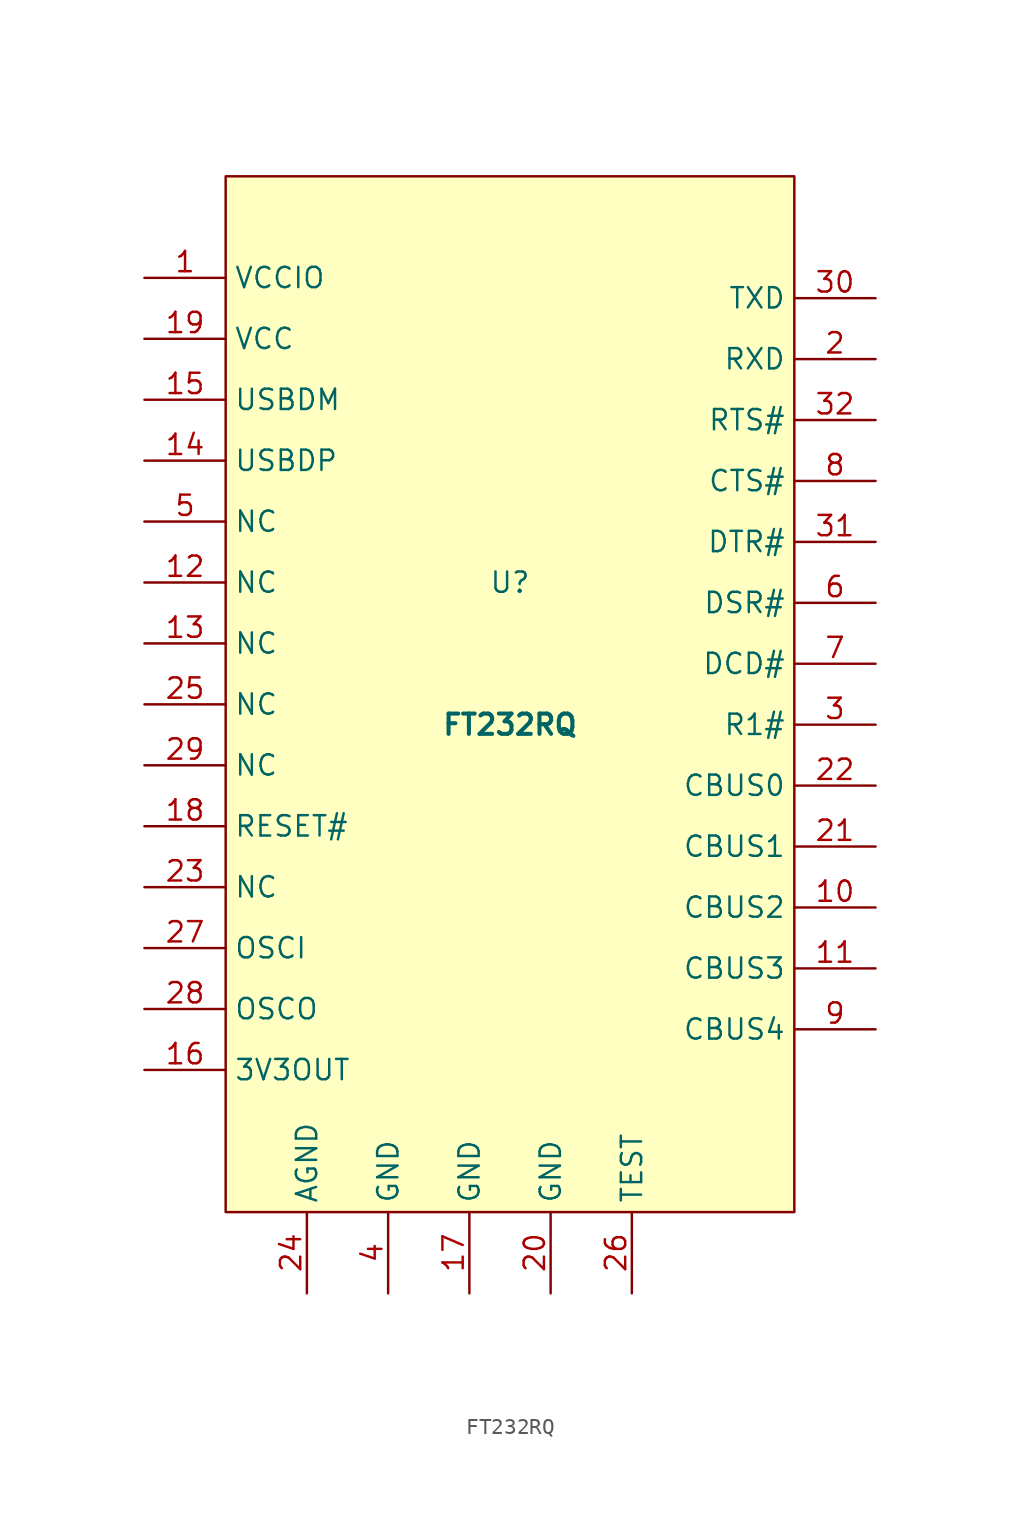
<source format=kicad_sym>
(kicad_symbol_lib
  (version 20211014)
  (generator kicad_symbol_editor)
  (symbol "FT232RQ"
    (property "Reference" "U"
      (at 3.81 2.54 0)
      (effects (font (size 1.27 1.27))))
    (property "Value" "FT232RQ"
      (at 3.81 -6.35 0)
      (effects (font (size 1.27 1.27) bold)))
    (symbol "FT232RQ_0_1"
      (rectangle (start -13.97 27.94) (end 21.59 -36.83) (stroke (width 0) (type default) (color 0 0 0 0)) (fill (type background))))
    (symbol "FT232RQ_1_1"
      (pin bidirectional line (at -19.05 21.59 0) (length 5.08) (name "VCCIO" (effects (font (size 1.27 1.27)))) (number "1" (effects (font (size 1.27 1.27)))))
      (pin bidirectional line (at 26.67 -17.78 180) (length 5.08) (name "CBUS2" (effects (font (size 1.27 1.27)))) (number "10" (effects (font (size 1.27 1.27)))))
      (pin bidirectional line (at 26.67 -21.59 180) (length 5.08) (name "CBUS3" (effects (font (size 1.27 1.27)))) (number "11" (effects (font (size 1.27 1.27)))))
      (pin bidirectional line (at -19.05 2.54 0) (length 5.08) (name "NC" (effects (font (size 1.27 1.27)))) (number "12" (effects (font (size 1.27 1.27)))))
      (pin bidirectional line (at -19.05 -1.27 0) (length 5.08) (name "NC" (effects (font (size 1.27 1.27)))) (number "13" (effects (font (size 1.27 1.27)))))
      (pin bidirectional line (at -19.05 10.16 0) (length 5.08) (name "USBDP" (effects (font (size 1.27 1.27)))) (number "14" (effects (font (size 1.27 1.27)))))
      (pin bidirectional line (at -19.05 13.97 0) (length 5.08) (name "USBDM" (effects (font (size 1.27 1.27)))) (number "15" (effects (font (size 1.27 1.27)))))
      (pin bidirectional line (at -19.05 -27.94 0) (length 5.08) (name "3V3OUT" (effects (font (size 1.27 1.27)))) (number "16" (effects (font (size 1.27 1.27)))))
      (pin power_in line (at 1.27 -41.91 90) (length 5.08) (name "GND" (effects (font (size 1.27 1.27)))) (number "17" (effects (font (size 1.27 1.27)))))
      (pin bidirectional line (at -19.05 -12.7 0) (length 5.08) (name "RESET#" (effects (font (size 1.27 1.27)))) (number "18" (effects (font (size 1.27 1.27)))))
      (pin bidirectional line (at -19.05 17.78 0) (length 5.08) (name "VCC" (effects (font (size 1.27 1.27)))) (number "19" (effects (font (size 1.27 1.27)))))
      (pin bidirectional line (at 26.67 16.51 180) (length 5.08) (name "RXD" (effects (font (size 1.27 1.27)))) (number "2" (effects (font (size 1.27 1.27)))))
      (pin power_in line (at 6.35 -41.91 90) (length 5.08) (name "GND" (effects (font (size 1.27 1.27)))) (number "20" (effects (font (size 1.27 1.27)))))
      (pin bidirectional line (at 26.67 -13.97 180) (length 5.08) (name "CBUS1" (effects (font (size 1.27 1.27)))) (number "21" (effects (font (size 1.27 1.27)))))
      (pin bidirectional line (at 26.67 -10.16 180) (length 5.08) (name "CBUS0" (effects (font (size 1.27 1.27)))) (number "22" (effects (font (size 1.27 1.27)))))
      (pin bidirectional line (at -19.05 -16.51 0) (length 5.08) (name "NC" (effects (font (size 1.27 1.27)))) (number "23" (effects (font (size 1.27 1.27)))))
      (pin power_in line (at -8.89 -41.91 90) (length 5.08) (name "AGND" (effects (font (size 1.27 1.27)))) (number "24" (effects (font (size 1.27 1.27)))))
      (pin bidirectional line (at -19.05 -5.08 0) (length 5.08) (name "NC" (effects (font (size 1.27 1.27)))) (number "25" (effects (font (size 1.27 1.27)))))
      (pin input line (at 11.43 -41.91 90) (length 5.08) (name "TEST" (effects (font (size 1.27 1.27)))) (number "26" (effects (font (size 1.27 1.27)))))
      (pin bidirectional line (at -19.05 -20.32 0) (length 5.08) (name "OSCI" (effects (font (size 1.27 1.27)))) (number "27" (effects (font (size 1.27 1.27)))))
      (pin bidirectional line (at -19.05 -24.13 0) (length 5.08) (name "OSCO" (effects (font (size 1.27 1.27)))) (number "28" (effects (font (size 1.27 1.27)))))
      (pin bidirectional line (at -19.05 -8.89 0) (length 5.08) (name "NC" (effects (font (size 1.27 1.27)))) (number "29" (effects (font (size 1.27 1.27)))))
      (pin bidirectional line (at 26.67 -6.35 180) (length 5.08) (name "R1#" (effects (font (size 1.27 1.27)))) (number "3" (effects (font (size 1.27 1.27)))))
      (pin bidirectional line (at 26.67 20.32 180) (length 5.08) (name "TXD" (effects (font (size 1.27 1.27)))) (number "30" (effects (font (size 1.27 1.27)))))
      (pin bidirectional line (at 26.67 5.08 180) (length 5.08) (name "DTR#" (effects (font (size 1.27 1.27)))) (number "31" (effects (font (size 1.27 1.27)))))
      (pin bidirectional line (at 26.67 12.7 180) (length 5.08) (name "RTS#" (effects (font (size 1.27 1.27)))) (number "32" (effects (font (size 1.27 1.27)))))
      (pin power_in line (at -3.81 -41.91 90) (length 5.08) (name "GND" (effects (font (size 1.27 1.27)))) (number "4" (effects (font (size 1.27 1.27)))))
      (pin bidirectional line (at -19.05 6.35 0) (length 5.08) (name "NC" (effects (font (size 1.27 1.27)))) (number "5" (effects (font (size 1.27 1.27)))))
      (pin bidirectional line (at 26.67 1.27 180) (length 5.08) (name "DSR#" (effects (font (size 1.27 1.27)))) (number "6" (effects (font (size 1.27 1.27)))))
      (pin bidirectional line (at 26.67 -2.54 180) (length 5.08) (name "DCD#" (effects (font (size 1.27 1.27)))) (number "7" (effects (font (size 1.27 1.27)))))
      (pin bidirectional line (at 26.67 8.89 180) (length 5.08) (name "CTS#" (effects (font (size 1.27 1.27)))) (number "8" (effects (font (size 1.27 1.27)))))
      (pin bidirectional line (at 26.67 -25.4 180) (length 5.08) (name "CBUS4" (effects (font (size 1.27 1.27)))) (number "9" (effects (font (size 1.27 1.27))))))))
</source>
